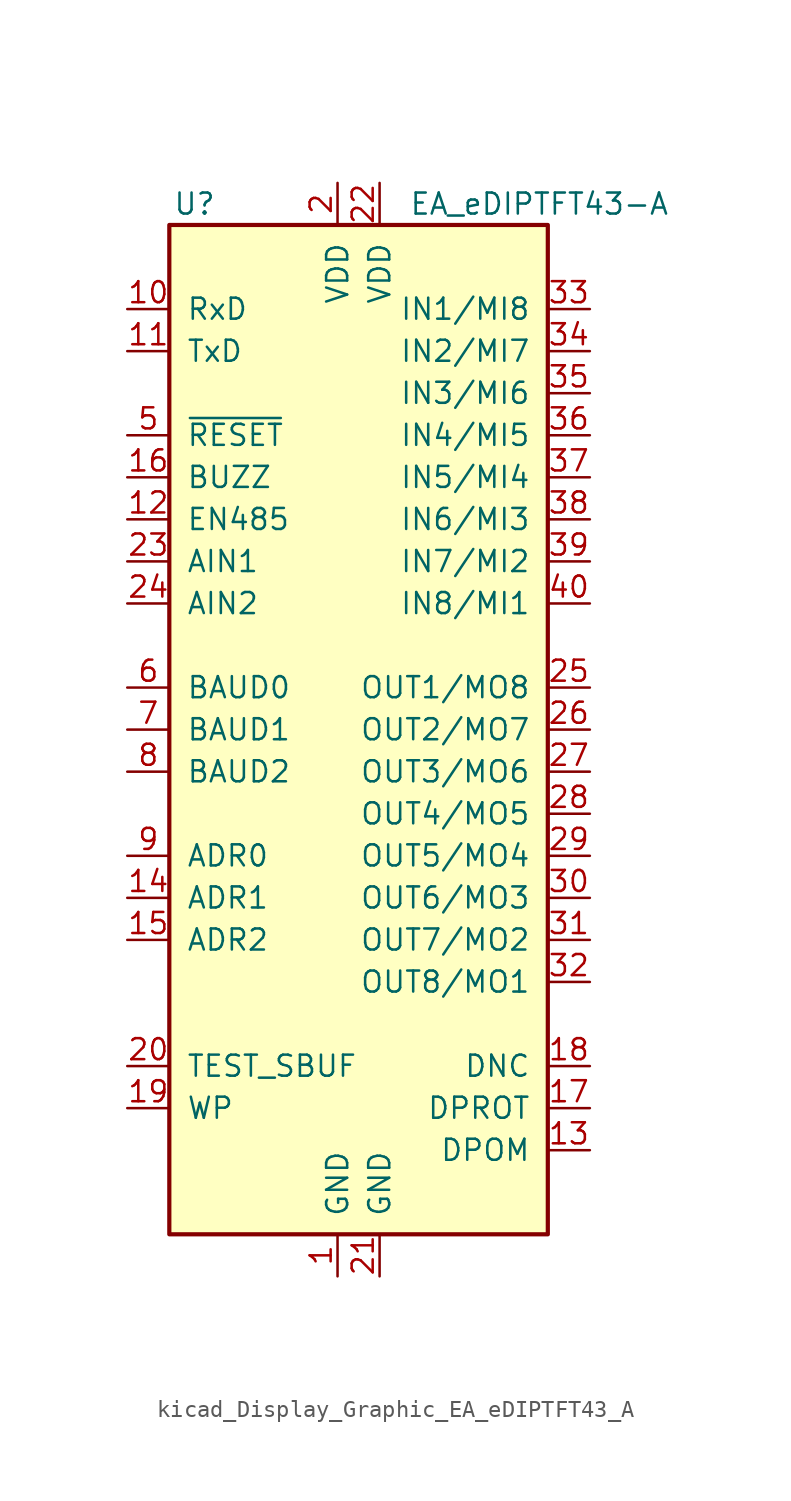
<source format=kicad_sym>
(kicad_symbol_lib
  (version 20220914)
  (generator kicad_symbol_editor)
  (symbol "kicad_Display_Graphic_EA_eDIPTFT43_A"
    (pin_names
      (offset 1.016))
    (property "Reference" "U"
      (at -11.176 31.75 0)
      (effects (font (size 1.27 1.27))))
    (property "Value" "EA_eDIPTFT43-A"
      (at 1.778 31.75 0)
      (effects (font (size 1.27 1.27)) (justify left)))
    (symbol "kicad_Display_Graphic_EA_eDIPTFT43_A_0_1"
      (rectangle (start -12.7 30.48) (end 10.16 -30.48) (stroke (width 0.254) (type default)) (fill (type background))))
    (symbol "kicad_Display_Graphic_EA_eDIPTFT43_A_1_1"
      (pin power_in line (at -2.54 -33.02 90) (length 2.54) (name "GND" (effects (font (size 1.27 1.27)))) (number "1" (effects (font (size 1.27 1.27)))))
      (pin input line (at -15.24 25.4 0) (length 2.54) (name "RxD" (effects (font (size 1.27 1.27)))) (number "10" (effects (font (size 1.27 1.27)))))
      (pin output line (at -15.24 22.86 0) (length 2.54) (name "TxD" (effects (font (size 1.27 1.27)))) (number "11" (effects (font (size 1.27 1.27)))))
      (pin output line (at -15.24 12.7 0) (length 2.54) (name "EN485" (effects (font (size 1.27 1.27)))) (number "12" (effects (font (size 1.27 1.27)))))
      (pin input line (at 12.7 -25.4 180) (length 2.54) (name "DPOM" (effects (font (size 1.27 1.27)))) (number "13" (effects (font (size 1.27 1.27)))))
      (pin input line (at -15.24 -10.16 0) (length 2.54) (name "ADR1" (effects (font (size 1.27 1.27)))) (number "14" (effects (font (size 1.27 1.27)))))
      (pin input line (at -15.24 -12.7 0) (length 2.54) (name "ADR2" (effects (font (size 1.27 1.27)))) (number "15" (effects (font (size 1.27 1.27)))))
      (pin output line (at -15.24 15.24 0) (length 2.54) (name "BUZZ" (effects (font (size 1.27 1.27)))) (number "16" (effects (font (size 1.27 1.27)))))
      (pin input line (at 12.7 -22.86 180) (length 2.54) (name "DPROT" (effects (font (size 1.27 1.27)))) (number "17" (effects (font (size 1.27 1.27)))))
      (pin output line (at 12.7 -20.32 180) (length 2.54) (name "DNC" (effects (font (size 1.27 1.27)))) (number "18" (effects (font (size 1.27 1.27)))))
      (pin input line (at -15.24 -22.86 0) (length 2.54) (name "WP" (effects (font (size 1.27 1.27)))) (number "19" (effects (font (size 1.27 1.27)))))
      (pin power_in line (at -2.54 33.02 270) (length 2.54) (name "VDD" (effects (font (size 1.27 1.27)))) (number "2" (effects (font (size 1.27 1.27)))))
      (pin bidirectional line (at -15.24 -20.32 0) (length 2.54) (name "TEST_SBUF" (effects (font (size 1.27 1.27)))) (number "20" (effects (font (size 1.27 1.27)))))
      (pin power_in line (at 0 -33.02 90) (length 2.54) (name "GND" (effects (font (size 1.27 1.27)))) (number "21" (effects (font (size 1.27 1.27)))))
      (pin power_in line (at 0 33.02 270) (length 2.54) (name "VDD" (effects (font (size 1.27 1.27)))) (number "22" (effects (font (size 1.27 1.27)))))
      (pin input line (at -15.24 10.16 0) (length 2.54) (name "AIN1" (effects (font (size 1.27 1.27)))) (number "23" (effects (font (size 1.27 1.27)))))
      (pin input line (at -15.24 7.62 0) (length 2.54) (name "AIN2" (effects (font (size 1.27 1.27)))) (number "24" (effects (font (size 1.27 1.27)))))
      (pin output line (at 12.7 2.54 180) (length 2.54) (name "OUT1/MO8" (effects (font (size 1.27 1.27)))) (number "25" (effects (font (size 1.27 1.27)))))
      (pin output line (at 12.7 0 180) (length 2.54) (name "OUT2/MO7" (effects (font (size 1.27 1.27)))) (number "26" (effects (font (size 1.27 1.27)))))
      (pin output line (at 12.7 -2.54 180) (length 2.54) (name "OUT3/MO6" (effects (font (size 1.27 1.27)))) (number "27" (effects (font (size 1.27 1.27)))))
      (pin output line (at 12.7 -5.08 180) (length 2.54) (name "OUT4/MO5" (effects (font (size 1.27 1.27)))) (number "28" (effects (font (size 1.27 1.27)))))
      (pin output line (at 12.7 -7.62 180) (length 2.54) (name "OUT5/MO4" (effects (font (size 1.27 1.27)))) (number "29" (effects (font (size 1.27 1.27)))))
      (pin no_connect line (at 10.16 -27.94 180) (length 2.54) hide (name "NC" (effects (font (size 1.27 1.27)))) (number "3" (effects (font (size 1.27 1.27)))))
      (pin output line (at 12.7 -10.16 180) (length 2.54) (name "OUT6/MO3" (effects (font (size 1.27 1.27)))) (number "30" (effects (font (size 1.27 1.27)))))
      (pin output line (at 12.7 -12.7 180) (length 2.54) (name "OUT7/MO2" (effects (font (size 1.27 1.27)))) (number "31" (effects (font (size 1.27 1.27)))))
      (pin output line (at 12.7 -15.24 180) (length 2.54) (name "OUT8/MO1" (effects (font (size 1.27 1.27)))) (number "32" (effects (font (size 1.27 1.27)))))
      (pin input line (at 12.7 25.4 180) (length 2.54) (name "IN1/MI8" (effects (font (size 1.27 1.27)))) (number "33" (effects (font (size 1.27 1.27)))))
      (pin input line (at 12.7 22.86 180) (length 2.54) (name "IN2/MI7" (effects (font (size 1.27 1.27)))) (number "34" (effects (font (size 1.27 1.27)))))
      (pin input line (at 12.7 20.32 180) (length 2.54) (name "IN3/MI6" (effects (font (size 1.27 1.27)))) (number "35" (effects (font (size 1.27 1.27)))))
      (pin input line (at 12.7 17.78 180) (length 2.54) (name "IN4/MI5" (effects (font (size 1.27 1.27)))) (number "36" (effects (font (size 1.27 1.27)))))
      (pin input line (at 12.7 15.24 180) (length 2.54) (name "IN5/MI4" (effects (font (size 1.27 1.27)))) (number "37" (effects (font (size 1.27 1.27)))))
      (pin input line (at 12.7 12.7 180) (length 2.54) (name "IN6/MI3" (effects (font (size 1.27 1.27)))) (number "38" (effects (font (size 1.27 1.27)))))
      (pin input line (at 12.7 10.16 180) (length 2.54) (name "IN7/MI2" (effects (font (size 1.27 1.27)))) (number "39" (effects (font (size 1.27 1.27)))))
      (pin no_connect line (at -12.7 -27.94 0) (length 2.54) hide (name "NC" (effects (font (size 1.27 1.27)))) (number "4" (effects (font (size 1.27 1.27)))))
      (pin input line (at 12.7 7.62 180) (length 2.54) (name "IN8/MI1" (effects (font (size 1.27 1.27)))) (number "40" (effects (font (size 1.27 1.27)))))
      (pin input line (at -15.24 17.78 0) (length 2.54) (name "~{RESET}" (effects (font (size 1.27 1.27)))) (number "5" (effects (font (size 1.27 1.27)))))
      (pin input line (at -15.24 2.54 0) (length 2.54) (name "BAUD0" (effects (font (size 1.27 1.27)))) (number "6" (effects (font (size 1.27 1.27)))))
      (pin input line (at -15.24 0 0) (length 2.54) (name "BAUD1" (effects (font (size 1.27 1.27)))) (number "7" (effects (font (size 1.27 1.27)))))
      (pin input line (at -15.24 -2.54 0) (length 2.54) (name "BAUD2" (effects (font (size 1.27 1.27)))) (number "8" (effects (font (size 1.27 1.27)))))
      (pin input line (at -15.24 -7.62 0) (length 2.54) (name "ADR0" (effects (font (size 1.27 1.27)))) (number "9" (effects (font (size 1.27 1.27))))))))
</source>
